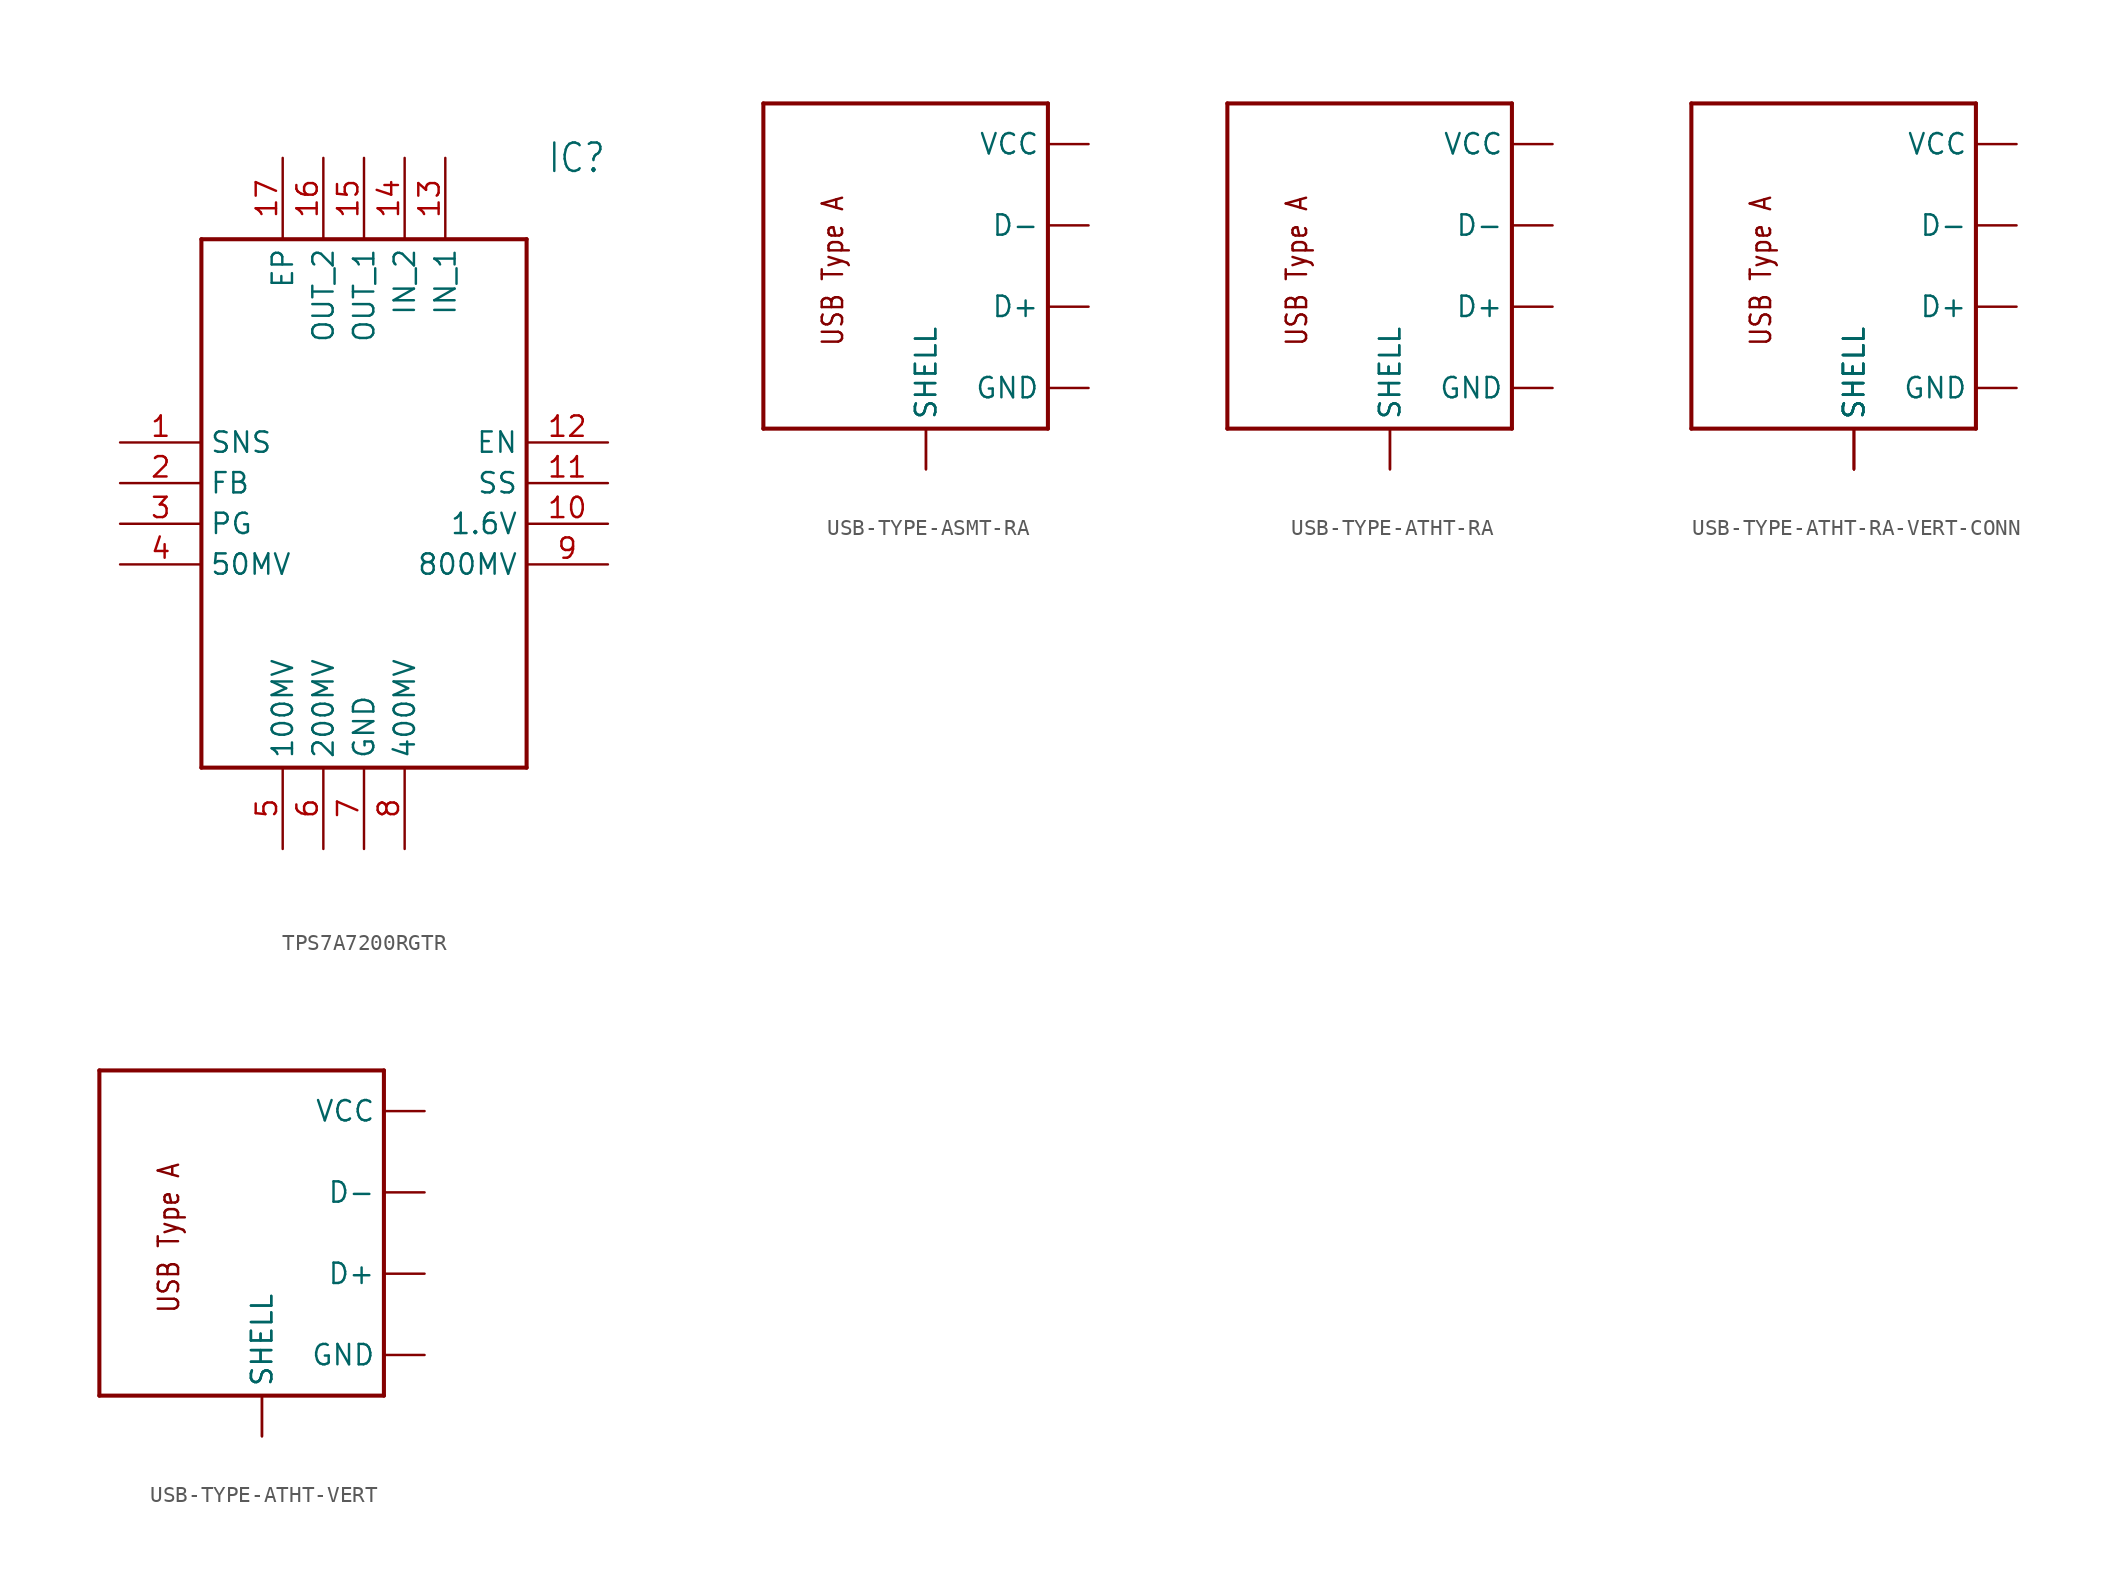
<source format=kicad_sym>
(kicad_symbol_lib
  (version 20231120)
  (generator "kicad_symbol_editor")
  (generator_version "8.0")
  (symbol "TPS7A7200RGTR"
    (property "Reference" "IC"
      (at 26.67 17.78 0)
      (effects (font (size 1.778 1.511)) (justify left)))
    (property "Value" ""
      (at 26.67 15.24 0)
      (effects (font (size 1.778 1.511)) (justify left)))
    (property "ki_locked" ""
      (at 0 0 0)
      (effects (font (size 1.27 1.27))))
    (symbol "TPS7A7200RGTR_1_0"
      (polyline (pts (xy 5.08 12.7) (xy 5.08 -20.32)) (stroke (width 0.254) (type solid)) (fill (type none)))
      (polyline (pts (xy 5.08 12.7) (xy 25.4 12.7)) (stroke (width 0.254) (type solid)) (fill (type none)))
      (polyline (pts (xy 25.4 -20.32) (xy 5.08 -20.32)) (stroke (width 0.254) (type solid)) (fill (type none)))
      (polyline (pts (xy 25.4 -20.32) (xy 25.4 12.7)) (stroke (width 0.254) (type solid)) (fill (type none)))
      (pin bidirectional line (at 0 0 0) (length 5.08) (name "SNS" (effects (font (size 1.27 1.27)))) (number "1" (effects (font (size 1.27 1.27)))))
      (pin bidirectional line (at 30.48 -5.08 180) (length 5.08) (name "1.6V" (effects (font (size 1.27 1.27)))) (number "10" (effects (font (size 1.27 1.27)))))
      (pin bidirectional line (at 30.48 -2.54 180) (length 5.08) (name "SS" (effects (font (size 1.27 1.27)))) (number "11" (effects (font (size 1.27 1.27)))))
      (pin bidirectional line (at 30.48 0 180) (length 5.08) (name "EN" (effects (font (size 1.27 1.27)))) (number "12" (effects (font (size 1.27 1.27)))))
      (pin bidirectional line (at 20.32 17.78 270) (length 5.08) (name "IN_1" (effects (font (size 1.27 1.27)))) (number "13" (effects (font (size 1.27 1.27)))))
      (pin bidirectional line (at 17.78 17.78 270) (length 5.08) (name "IN_2" (effects (font (size 1.27 1.27)))) (number "14" (effects (font (size 1.27 1.27)))))
      (pin bidirectional line (at 15.24 17.78 270) (length 5.08) (name "OUT_1" (effects (font (size 1.27 1.27)))) (number "15" (effects (font (size 1.27 1.27)))))
      (pin bidirectional line (at 12.7 17.78 270) (length 5.08) (name "OUT_2" (effects (font (size 1.27 1.27)))) (number "16" (effects (font (size 1.27 1.27)))))
      (pin bidirectional line (at 10.16 17.78 270) (length 5.08) (name "EP" (effects (font (size 1.27 1.27)))) (number "17" (effects (font (size 1.27 1.27)))))
      (pin bidirectional line (at 0 -2.54 0) (length 5.08) (name "FB" (effects (font (size 1.27 1.27)))) (number "2" (effects (font (size 1.27 1.27)))))
      (pin bidirectional line (at 0 -5.08 0) (length 5.08) (name "PG" (effects (font (size 1.27 1.27)))) (number "3" (effects (font (size 1.27 1.27)))))
      (pin bidirectional line (at 0 -7.62 0) (length 5.08) (name "50MV" (effects (font (size 1.27 1.27)))) (number "4" (effects (font (size 1.27 1.27)))))
      (pin bidirectional line (at 10.16 -25.4 90) (length 5.08) (name "100MV" (effects (font (size 1.27 1.27)))) (number "5" (effects (font (size 1.27 1.27)))))
      (pin bidirectional line (at 12.7 -25.4 90) (length 5.08) (name "200MV" (effects (font (size 1.27 1.27)))) (number "6" (effects (font (size 1.27 1.27)))))
      (pin bidirectional line (at 15.24 -25.4 90) (length 5.08) (name "GND" (effects (font (size 1.27 1.27)))) (number "7" (effects (font (size 1.27 1.27)))))
      (pin bidirectional line (at 17.78 -25.4 90) (length 5.08) (name "400MV" (effects (font (size 1.27 1.27)))) (number "8" (effects (font (size 1.27 1.27)))))
      (pin bidirectional line (at 30.48 -7.62 180) (length 5.08) (name "800MV" (effects (font (size 1.27 1.27)))) (number "9" (effects (font (size 1.27 1.27)))))))
  (symbol "USB-TYPE-ASMT-RA"
    (property "Reference" "J"
      (at -12.7 12.7 0)
      (effects (font (size 1.778 1.511)) (justify left bottom) (hide yes)))
    (property "ki_locked" ""
      (at 0 0 0)
      (effects (font (size 1.27 1.27))))
    (symbol "USB-TYPE-ASMT-RA_1_0"
      (polyline (pts (xy -12.7 -10.16) (xy 5.08 -10.16)) (stroke (width 0.254) (type solid)) (fill (type none)))
      (polyline (pts (xy -12.7 10.16) (xy -12.7 -10.16)) (stroke (width 0.254) (type solid)) (fill (type none)))
      (polyline (pts (xy 5.08 -10.16) (xy 5.08 10.16)) (stroke (width 0.254) (type solid)) (fill (type none)))
      (polyline (pts (xy 5.08 10.16) (xy -12.7 10.16)) (stroke (width 0.254) (type solid)) (fill (type none)))
      (text "USB Type A" (at -7.62 -5.08 900) (effects (font (size 1.27 1.079)) (justify left bottom)))
      (pin power_in line (at 7.62 7.62 180) (length 2.54) (name "VCC" (effects (font (size 1.27 1.27)))) (number "P$1" (effects (font (size 0 0)))))
      (pin bidirectional line (at 7.62 2.54 180) (length 2.54) (name "D-" (effects (font (size 1.27 1.27)))) (number "P$2" (effects (font (size 0 0)))))
      (pin bidirectional line (at 7.62 -2.54 180) (length 2.54) (name "D+" (effects (font (size 1.27 1.27)))) (number "P$3" (effects (font (size 0 0)))))
      (pin power_in line (at 7.62 -7.62 180) (length 2.54) (name "GND" (effects (font (size 1.27 1.27)))) (number "P$4" (effects (font (size 0 0)))))
      (pin bidirectional line (at -2.54 -12.7 90) (length 2.54) (name "SHELL" (effects (font (size 1.27 1.27)))) (number "S$1" (effects (font (size 0 0)))))
      (pin bidirectional line (at -2.54 -12.7 90) (length 2.54) (name "SHELL" (effects (font (size 1.27 1.27)))) (number "S$2" (effects (font (size 0 0)))))))
  (symbol "USB-TYPE-ATHT-RA"
    (property "Reference" "J"
      (at -12.7 12.7 0)
      (effects (font (size 1.778 1.511)) (justify left bottom) (hide yes)))
    (property "ki_locked" ""
      (at 0 0 0)
      (effects (font (size 1.27 1.27))))
    (symbol "USB-TYPE-ATHT-RA_1_0"
      (polyline (pts (xy -12.7 -10.16) (xy 5.08 -10.16)) (stroke (width 0.254) (type solid)) (fill (type none)))
      (polyline (pts (xy -12.7 10.16) (xy -12.7 -10.16)) (stroke (width 0.254) (type solid)) (fill (type none)))
      (polyline (pts (xy 5.08 -10.16) (xy 5.08 10.16)) (stroke (width 0.254) (type solid)) (fill (type none)))
      (polyline (pts (xy 5.08 10.16) (xy -12.7 10.16)) (stroke (width 0.254) (type solid)) (fill (type none)))
      (text "USB Type A" (at -7.62 -5.08 900) (effects (font (size 1.27 1.079)) (justify left bottom)))
      (pin power_in line (at 7.62 7.62 180) (length 2.54) (name "VCC" (effects (font (size 1.27 1.27)))) (number "P$1" (effects (font (size 0 0)))))
      (pin bidirectional line (at 7.62 2.54 180) (length 2.54) (name "D-" (effects (font (size 1.27 1.27)))) (number "P$2" (effects (font (size 0 0)))))
      (pin bidirectional line (at 7.62 -2.54 180) (length 2.54) (name "D+" (effects (font (size 1.27 1.27)))) (number "P$3" (effects (font (size 0 0)))))
      (pin power_in line (at 7.62 -7.62 180) (length 2.54) (name "GND" (effects (font (size 1.27 1.27)))) (number "P$4" (effects (font (size 0 0)))))
      (pin bidirectional line (at -2.54 -12.7 90) (length 2.54) (name "SHELL" (effects (font (size 1.27 1.27)))) (number "S$1" (effects (font (size 0 0)))))
      (pin bidirectional line (at -2.54 -12.7 90) (length 2.54) (name "SHELL" (effects (font (size 1.27 1.27)))) (number "S$2" (effects (font (size 0 0)))))))
  (symbol "USB-TYPE-ATHT-RA-VERT-CONN"
    (property "Reference" "J"
      (at -12.7 12.7 0)
      (effects (font (size 1.778 1.511)) (justify left bottom) (hide yes)))
    (property "ki_locked" ""
      (at 0 0 0)
      (effects (font (size 1.27 1.27))))
    (symbol "USB-TYPE-ATHT-RA-VERT-CONN_1_0"
      (polyline (pts (xy -12.7 -10.16) (xy 5.08 -10.16)) (stroke (width 0.254) (type solid)) (fill (type none)))
      (polyline (pts (xy -12.7 10.16) (xy -12.7 -10.16)) (stroke (width 0.254) (type solid)) (fill (type none)))
      (polyline (pts (xy 5.08 -10.16) (xy 5.08 10.16)) (stroke (width 0.254) (type solid)) (fill (type none)))
      (polyline (pts (xy 5.08 10.16) (xy -12.7 10.16)) (stroke (width 0.254) (type solid)) (fill (type none)))
      (text "USB Type A" (at -7.62 -5.08 900) (effects (font (size 1.27 1.079)) (justify left bottom)))
      (pin power_in line (at 7.62 7.62 180) (length 2.54) (name "VCC" (effects (font (size 1.27 1.27)))) (number "P$1" (effects (font (size 0 0)))))
      (pin bidirectional line (at 7.62 2.54 180) (length 2.54) (name "D-" (effects (font (size 1.27 1.27)))) (number "P$2" (effects (font (size 0 0)))))
      (pin bidirectional line (at 7.62 -2.54 180) (length 2.54) (name "D+" (effects (font (size 1.27 1.27)))) (number "P$3" (effects (font (size 0 0)))))
      (pin power_in line (at 7.62 -7.62 180) (length 2.54) (name "GND" (effects (font (size 1.27 1.27)))) (number "P$4" (effects (font (size 0 0)))))
      (pin bidirectional line (at -2.54 -12.7 90) (length 2.54) (name "SHELL" (effects (font (size 1.27 1.27)))) (number "S$1" (effects (font (size 0 0)))))
      (pin bidirectional line (at -2.54 -12.7 90) (length 2.54) (name "SHELL" (effects (font (size 1.27 1.27)))) (number "S$2" (effects (font (size 0 0)))))
      (pin bidirectional line (at -2.54 -12.7 90) (length 2.54) (name "SHELL" (effects (font (size 1.27 1.27)))) (number "S$3" (effects (font (size 0 0)))))
      (pin bidirectional line (at -2.54 -12.7 90) (length 2.54) (name "SHELL" (effects (font (size 1.27 1.27)))) (number "S$4" (effects (font (size 0 0)))))))
  (symbol "USB-TYPE-ATHT-VERT"
    (property "Reference" "J"
      (at -12.7 12.7 0)
      (effects (font (size 1.778 1.511)) (justify left bottom) (hide yes)))
    (property "ki_locked" ""
      (at 0 0 0)
      (effects (font (size 1.27 1.27))))
    (symbol "USB-TYPE-ATHT-VERT_1_0"
      (polyline (pts (xy -12.7 -10.16) (xy 5.08 -10.16)) (stroke (width 0.254) (type solid)) (fill (type none)))
      (polyline (pts (xy -12.7 10.16) (xy -12.7 -10.16)) (stroke (width 0.254) (type solid)) (fill (type none)))
      (polyline (pts (xy 5.08 -10.16) (xy 5.08 10.16)) (stroke (width 0.254) (type solid)) (fill (type none)))
      (polyline (pts (xy 5.08 10.16) (xy -12.7 10.16)) (stroke (width 0.254) (type solid)) (fill (type none)))
      (text "USB Type A" (at -7.62 -5.08 900) (effects (font (size 1.27 1.079)) (justify left bottom)))
      (pin power_in line (at 7.62 7.62 180) (length 2.54) (name "VCC" (effects (font (size 1.27 1.27)))) (number "P$1" (effects (font (size 0 0)))))
      (pin bidirectional line (at 7.62 2.54 180) (length 2.54) (name "D-" (effects (font (size 1.27 1.27)))) (number "P$2" (effects (font (size 0 0)))))
      (pin bidirectional line (at 7.62 -2.54 180) (length 2.54) (name "D+" (effects (font (size 1.27 1.27)))) (number "P$3" (effects (font (size 0 0)))))
      (pin power_in line (at 7.62 -7.62 180) (length 2.54) (name "GND" (effects (font (size 1.27 1.27)))) (number "P$4" (effects (font (size 0 0)))))
      (pin bidirectional line (at -2.54 -12.7 90) (length 2.54) (name "SHELL" (effects (font (size 1.27 1.27)))) (number "S$1" (effects (font (size 0 0)))))
      (pin bidirectional line (at -2.54 -12.7 90) (length 2.54) (name "SHELL" (effects (font (size 1.27 1.27)))) (number "S$2" (effects (font (size 0 0))))))))
</source>
